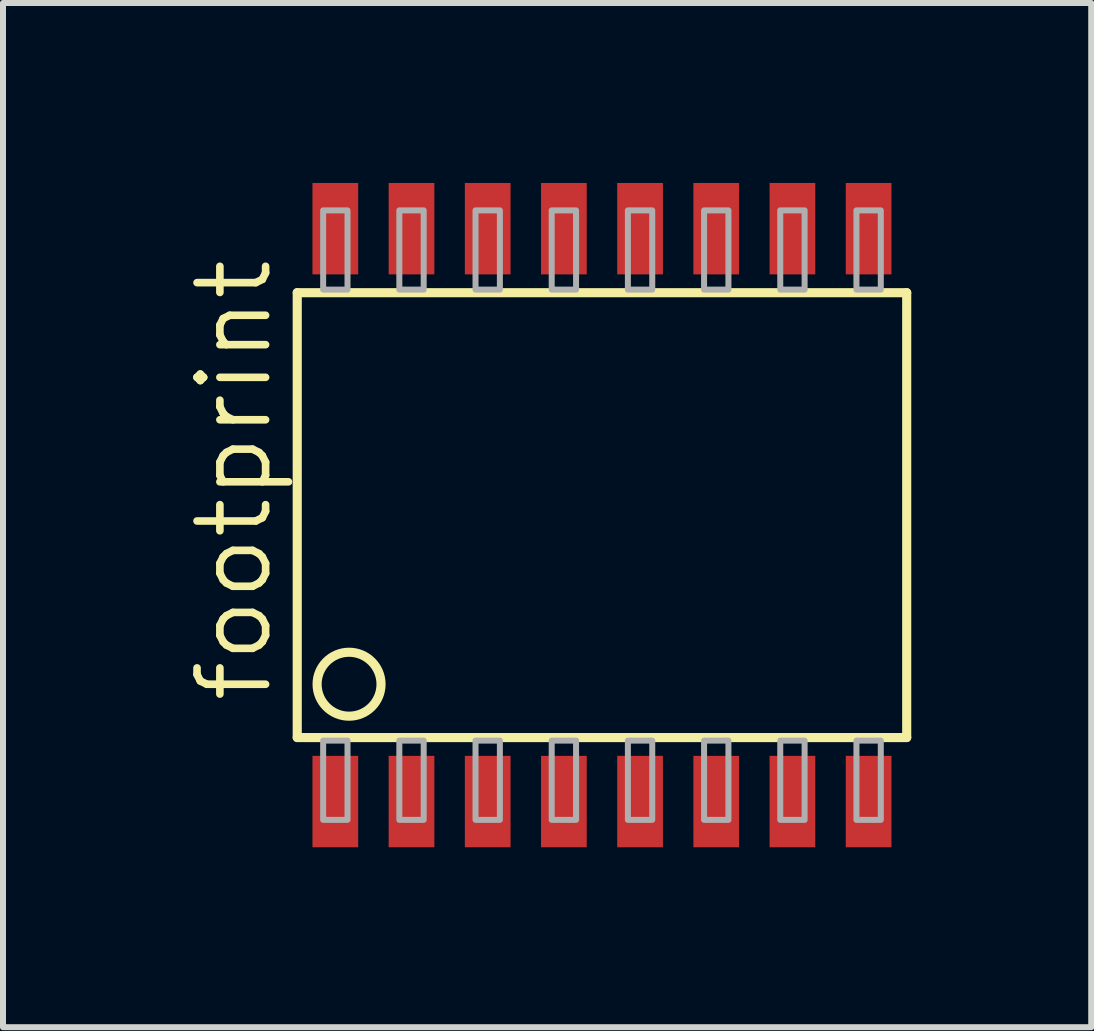
<source format=kicad_pcb>
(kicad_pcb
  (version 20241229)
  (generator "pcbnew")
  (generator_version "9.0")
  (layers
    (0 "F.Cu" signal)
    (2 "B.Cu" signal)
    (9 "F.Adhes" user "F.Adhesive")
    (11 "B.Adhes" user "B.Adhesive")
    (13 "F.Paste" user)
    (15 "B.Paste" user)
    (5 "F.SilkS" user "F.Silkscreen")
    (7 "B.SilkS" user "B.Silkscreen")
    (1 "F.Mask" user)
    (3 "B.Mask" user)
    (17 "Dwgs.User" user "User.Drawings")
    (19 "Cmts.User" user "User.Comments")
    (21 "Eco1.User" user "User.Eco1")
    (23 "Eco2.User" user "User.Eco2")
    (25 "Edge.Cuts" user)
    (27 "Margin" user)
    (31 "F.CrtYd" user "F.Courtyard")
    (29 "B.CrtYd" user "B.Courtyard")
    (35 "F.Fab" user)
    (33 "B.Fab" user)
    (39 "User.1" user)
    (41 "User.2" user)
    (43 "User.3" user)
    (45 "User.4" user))
  (footprint "footprint"
    (layer "F.Cu")
    (at 6.985 5.537)
    (property "Reference" "footprint" (at -5.461 3.175 90) (layer "F.SilkS") (effects (font (size 1.143 1.143) (thickness 0.127)) (justify left bottom)))
    (fp_line (start -5.08 -3.708) (end -5.08 3.708) (stroke (width 0.152) (type solid)) (layer "F.SilkS"))
    (fp_line (start -5.08 3.708) (end 5.08 3.708) (stroke (width 0.152) (type solid)) (layer "F.SilkS"))
    (fp_line (start 5.08 -3.708) (end -5.08 -3.708) (stroke (width 0.152) (type solid)) (layer "F.SilkS"))
    (fp_line (start 5.08 3.708) (end 5.08 -3.708) (stroke (width 0.152) (type solid)) (layer "F.SilkS"))
    (fp_circle (center -4.216 2.819) (end -3.683 2.819) (stroke (width 0.152) (type solid)) (fill no) (layer "F.SilkS"))
    (fp_poly (pts (xy -4.648 -3.759) (xy -4.242 -3.759) (xy -4.242 -5.08) (xy -4.648 -5.08)) (stroke (width 0.1) (type solid)) (fill no) (layer "F.Fab"))
    (fp_poly (pts (xy -4.648 5.08) (xy -4.242 5.08) (xy -4.242 3.759) (xy -4.648 3.759)) (stroke (width 0.1) (type solid)) (fill no) (layer "F.Fab"))
    (fp_poly (pts (xy -3.378 -3.759) (xy -2.972 -3.759) (xy -2.972 -5.08) (xy -3.378 -5.08)) (stroke (width 0.1) (type solid)) (fill no) (layer "F.Fab"))
    (fp_poly (pts (xy -3.378 5.08) (xy -2.972 5.08) (xy -2.972 3.759) (xy -3.378 3.759)) (stroke (width 0.1) (type solid)) (fill no) (layer "F.Fab"))
    (fp_poly (pts (xy -2.108 -3.759) (xy -1.702 -3.759) (xy -1.702 -5.08) (xy -2.108 -5.08)) (stroke (width 0.1) (type solid)) (fill no) (layer "F.Fab"))
    (fp_poly (pts (xy -2.108 5.08) (xy -1.702 5.08) (xy -1.702 3.759) (xy -2.108 3.759)) (stroke (width 0.1) (type solid)) (fill no) (layer "F.Fab"))
    (fp_poly (pts (xy -0.838 -3.759) (xy -0.432 -3.759) (xy -0.432 -5.08) (xy -0.838 -5.08)) (stroke (width 0.1) (type solid)) (fill no) (layer "F.Fab"))
    (fp_poly (pts (xy -0.838 5.08) (xy -0.432 5.08) (xy -0.432 3.759) (xy -0.838 3.759)) (stroke (width 0.1) (type solid)) (fill no) (layer "F.Fab"))
    (fp_poly (pts (xy 0.432 -3.759) (xy 0.838 -3.759) (xy 0.838 -5.08) (xy 0.432 -5.08)) (stroke (width 0.1) (type solid)) (fill no) (layer "F.Fab"))
    (fp_poly (pts (xy 0.432 5.08) (xy 0.838 5.08) (xy 0.838 3.759) (xy 0.432 3.759)) (stroke (width 0.1) (type solid)) (fill no) (layer "F.Fab"))
    (fp_poly (pts (xy 1.702 -3.759) (xy 2.108 -3.759) (xy 2.108 -5.08) (xy 1.702 -5.08)) (stroke (width 0.1) (type solid)) (fill no) (layer "F.Fab"))
    (fp_poly (pts (xy 1.702 5.08) (xy 2.108 5.08) (xy 2.108 3.759) (xy 1.702 3.759)) (stroke (width 0.1) (type solid)) (fill no) (layer "F.Fab"))
    (fp_poly (pts (xy 2.972 -3.759) (xy 3.378 -3.759) (xy 3.378 -5.08) (xy 2.972 -5.08)) (stroke (width 0.1) (type solid)) (fill no) (layer "F.Fab"))
    (fp_poly (pts (xy 2.972 5.08) (xy 3.378 5.08) (xy 3.378 3.759) (xy 2.972 3.759)) (stroke (width 0.1) (type solid)) (fill no) (layer "F.Fab"))
    (fp_poly (pts (xy 4.242 -3.759) (xy 4.648 -3.759) (xy 4.648 -5.08) (xy 4.242 -5.08)) (stroke (width 0.1) (type solid)) (fill no) (layer "F.Fab"))
    (fp_poly (pts (xy 4.242 5.08) (xy 4.648 5.08) (xy 4.648 3.759) (xy 4.242 3.759)) (stroke (width 0.1) (type solid)) (fill no) (layer "F.Fab"))
    (pad "1" smd rect (at -4.445 4.775) (size 0.762 1.524) (layers "F.Cu" "F.Mask" "F.Paste"))
    (pad "2" smd rect (at -3.175 4.775) (size 0.762 1.524) (layers "F.Cu" "F.Mask" "F.Paste"))
    (pad "3" smd rect (at -1.905 4.775) (size 0.762 1.524) (layers "F.Cu" "F.Mask" "F.Paste"))
    (pad "4" smd rect (at -0.635 4.775) (size 0.762 1.524) (layers "F.Cu" "F.Mask" "F.Paste"))
    (pad "5" smd rect (at 0.635 4.775) (size 0.762 1.524) (layers "F.Cu" "F.Mask" "F.Paste"))
    (pad "6" smd rect (at 1.905 4.775) (size 0.762 1.524) (layers "F.Cu" "F.Mask" "F.Paste"))
    (pad "7" smd rect (at 3.175 4.775) (size 0.762 1.524) (layers "F.Cu" "F.Mask" "F.Paste"))
    (pad "8" smd rect (at 4.445 4.775) (size 0.762 1.524) (layers "F.Cu" "F.Mask" "F.Paste"))
    (pad "9" smd rect (at 4.445 -4.775) (size 0.762 1.524) (layers "F.Cu" "F.Mask" "F.Paste"))
    (pad "10" smd rect (at 3.175 -4.775) (size 0.762 1.524) (layers "F.Cu" "F.Mask" "F.Paste"))
    (pad "11" smd rect (at 1.905 -4.775) (size 0.762 1.524) (layers "F.Cu" "F.Mask" "F.Paste"))
    (pad "12" smd rect (at 0.635 -4.775) (size 0.762 1.524) (layers "F.Cu" "F.Mask" "F.Paste"))
    (pad "13" smd rect (at -0.635 -4.775) (size 0.762 1.524) (layers "F.Cu" "F.Mask" "F.Paste"))
    (pad "14" smd rect (at -1.905 -4.775) (size 0.762 1.524) (layers "F.Cu" "F.Mask" "F.Paste"))
    (pad "15" smd rect (at -3.175 -4.775) (size 0.762 1.524) (layers "F.Cu" "F.Mask" "F.Paste"))
    (pad "16" smd rect (at -4.445 -4.775) (size 0.762 1.524) (layers "F.Cu" "F.Mask" "F.Paste")))
  (gr_rect
    (start -3 -3)
    (end 15.141 14.074)
    (stroke (width 0.1) (type default))
    (fill no)
    (layer "Edge.Cuts")))
</source>
